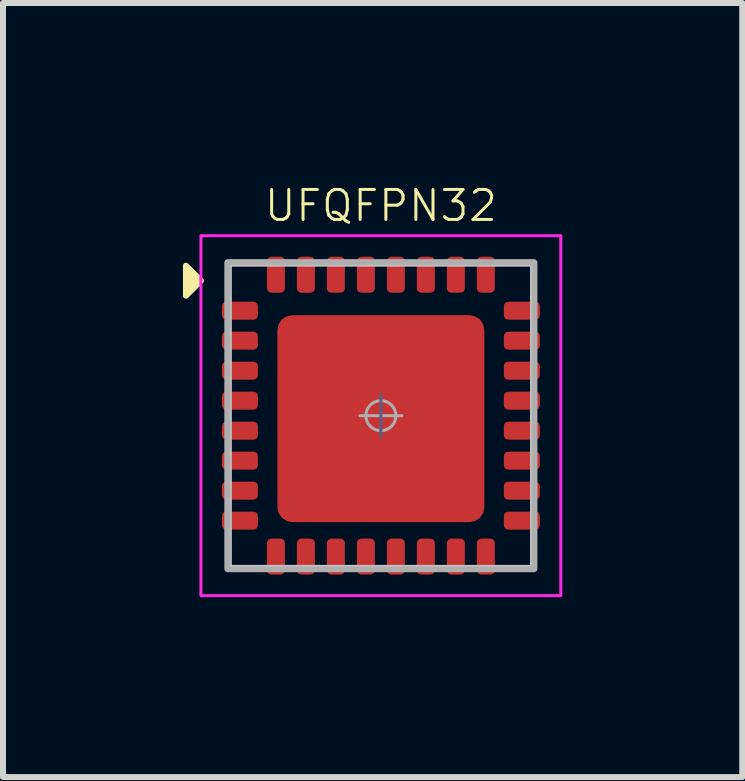
<source format=kicad_pcb>
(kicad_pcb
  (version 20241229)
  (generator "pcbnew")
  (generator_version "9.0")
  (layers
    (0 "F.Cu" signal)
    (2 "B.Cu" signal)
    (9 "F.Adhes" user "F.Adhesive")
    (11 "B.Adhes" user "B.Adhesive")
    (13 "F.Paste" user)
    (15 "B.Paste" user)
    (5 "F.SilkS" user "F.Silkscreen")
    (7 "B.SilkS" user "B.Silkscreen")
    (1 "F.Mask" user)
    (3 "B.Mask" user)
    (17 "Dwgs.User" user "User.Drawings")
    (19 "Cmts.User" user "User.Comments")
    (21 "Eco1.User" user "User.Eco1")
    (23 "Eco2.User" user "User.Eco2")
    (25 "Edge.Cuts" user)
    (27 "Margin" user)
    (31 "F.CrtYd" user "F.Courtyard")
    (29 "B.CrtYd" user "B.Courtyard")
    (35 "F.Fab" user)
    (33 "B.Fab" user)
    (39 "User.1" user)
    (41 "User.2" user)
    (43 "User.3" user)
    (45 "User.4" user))
  (footprint "UFQFPN32"
    (layer "F.Cu")
    (at 3.3 3.88)
    (property "Reference" "UFQFPN32" (at 0 -3.5 0) (unlocked yes) (layer "F.SilkS") (effects (font (size 0.5 0.5) (thickness 0.05))))
    (attr smd)
    (fp_poly (pts (xy -3 -2.25) (xy -3.25 -2) (xy -3.25 -2.5)) (stroke (width 0.1) (type solid)) (fill yes) (layer "F.SilkS"))
    (fp_rect (start -2.5 -2.5) (end 2.5 2.5) (stroke (width 0.025) (type default)) (fill no) (layer "Dwgs.User"))
    (fp_rect (start -3 -3) (end 3 3) (stroke (width 0.05) (type default)) (fill no) (layer "F.CrtYd"))
    (fp_line (start 0 -0.35) (end 0 0.35) (stroke (width 0.05) (type solid)) (layer "B.Fab"))
    (fp_line (start 0.35 0) (end -0.35 0) (stroke (width 0.05) (type solid)) (layer "F.Fab"))
    (fp_rect (start -2.55 -2.55) (end 2.55 2.55) (stroke (width 0.12) (type default)) (fill no) (layer "F.Fab"))
    (fp_circle (center 0 0) (end 0.25 0) (stroke (width 0.05) (type solid)) (fill no) (layer "F.Fab"))
    (pad "1" smd roundrect (at -2.35 -1.75) (size 0.6 0.3) (layers "F.Cu" "F.Mask" "F.Paste") (roundrect_rratio 0.25))
    (pad "2" smd roundrect (at -2.35 -1.25) (size 0.6 0.3) (layers "F.Cu" "F.Mask" "F.Paste") (roundrect_rratio 0.25))
    (pad "3" smd roundrect (at -2.35 -0.75) (size 0.6 0.3) (layers "F.Cu" "F.Mask" "F.Paste") (roundrect_rratio 0.25))
    (pad "4" smd roundrect (at -2.35 -0.25) (size 0.6 0.3) (layers "F.Cu" "F.Mask" "F.Paste") (roundrect_rratio 0.25))
    (pad "5" smd roundrect (at -2.35 0.25) (size 0.6 0.3) (layers "F.Cu" "F.Mask" "F.Paste") (roundrect_rratio 0.25))
    (pad "6" smd roundrect (at -2.35 0.75) (size 0.6 0.3) (layers "F.Cu" "F.Mask" "F.Paste") (roundrect_rratio 0.25))
    (pad "7" smd roundrect (at -2.35 1.25) (size 0.6 0.3) (layers "F.Cu" "F.Mask" "F.Paste") (roundrect_rratio 0.25))
    (pad "8" smd roundrect (at -2.35 1.75) (size 0.6 0.3) (layers "F.Cu" "F.Mask" "F.Paste") (roundrect_rratio 0.25))
    (pad "9" smd roundrect (at -1.75 2.35 270) (size 0.6 0.3) (layers "F.Cu" "F.Mask" "F.Paste") (roundrect_rratio 0.25))
    (pad "10" smd roundrect (at -1.25 2.35 270) (size 0.6 0.3) (layers "F.Cu" "F.Mask" "F.Paste") (roundrect_rratio 0.25))
    (pad "11" smd roundrect (at -0.75 2.35 270) (size 0.6 0.3) (layers "F.Cu" "F.Mask" "F.Paste") (roundrect_rratio 0.25))
    (pad "12" smd roundrect (at -0.25 2.35 270) (size 0.6 0.3) (layers "F.Cu" "F.Mask" "F.Paste") (roundrect_rratio 0.25))
    (pad "13" smd roundrect (at 0.25 2.35 270) (size 0.6 0.3) (layers "F.Cu" "F.Mask" "F.Paste") (roundrect_rratio 0.25))
    (pad "14" smd roundrect (at 0.75 2.35 270) (size 0.6 0.3) (layers "F.Cu" "F.Mask" "F.Paste") (roundrect_rratio 0.25))
    (pad "15" smd roundrect (at 1.25 2.35 270) (size 0.6 0.3) (layers "F.Cu" "F.Mask" "F.Paste") (roundrect_rratio 0.25))
    (pad "16" smd roundrect (at 1.75 2.35 270) (size 0.6 0.3) (layers "F.Cu" "F.Mask" "F.Paste") (roundrect_rratio 0.25))
    (pad "17" smd roundrect (at 2.35 1.75) (size 0.6 0.3) (layers "F.Cu" "F.Mask" "F.Paste") (roundrect_rratio 0.25))
    (pad "18" smd roundrect (at 2.35 1.25) (size 0.6 0.3) (layers "F.Cu" "F.Mask" "F.Paste") (roundrect_rratio 0.25))
    (pad "19" smd roundrect (at 2.35 0.75) (size 0.6 0.3) (layers "F.Cu" "F.Mask" "F.Paste") (roundrect_rratio 0.25))
    (pad "20" smd roundrect (at 2.35 0.25) (size 0.6 0.3) (layers "F.Cu" "F.Mask" "F.Paste") (roundrect_rratio 0.25))
    (pad "21" smd roundrect (at 2.35 -0.25) (size 0.6 0.3) (layers "F.Cu" "F.Mask" "F.Paste") (roundrect_rratio 0.25))
    (pad "22" smd roundrect (at 2.35 -0.75) (size 0.6 0.3) (layers "F.Cu" "F.Mask" "F.Paste") (roundrect_rratio 0.25))
    (pad "23" smd roundrect (at 2.35 -1.25) (size 0.6 0.3) (layers "F.Cu" "F.Mask" "F.Paste") (roundrect_rratio 0.25))
    (pad "24" smd roundrect (at 2.35 -1.75) (size 0.6 0.3) (layers "F.Cu" "F.Mask" "F.Paste") (roundrect_rratio 0.25))
    (pad "25" smd roundrect (at 1.75 -2.35 90) (size 0.6 0.3) (layers "F.Cu" "F.Mask" "F.Paste") (roundrect_rratio 0.25))
    (pad "26" smd roundrect (at 1.25 -2.35 90) (size 0.6 0.3) (layers "F.Cu" "F.Mask" "F.Paste") (roundrect_rratio 0.25))
    (pad "27" smd roundrect (at 0.75 -2.35 90) (size 0.6 0.3) (layers "F.Cu" "F.Mask" "F.Paste") (roundrect_rratio 0.25))
    (pad "28" smd roundrect (at 0.25 -2.35 90) (size 0.6 0.3) (layers "F.Cu" "F.Mask" "F.Paste") (roundrect_rratio 0.25))
    (pad "29" smd roundrect (at -0.25 -2.35 90) (size 0.6 0.3) (layers "F.Cu" "F.Mask" "F.Paste") (roundrect_rratio 0.25))
    (pad "30" smd roundrect (at -0.75 -2.35 90) (size 0.6 0.3) (layers "F.Cu" "F.Mask" "F.Paste") (roundrect_rratio 0.25))
    (pad "31" smd roundrect (at -1.25 -2.35 90) (size 0.6 0.3) (layers "F.Cu" "F.Mask" "F.Paste") (roundrect_rratio 0.25))
    (pad "32" smd roundrect (at -1.75 -2.35 90) (size 0.6 0.3) (layers "F.Cu" "F.Mask" "F.Paste") (roundrect_rratio 0.25))
    (pad "33" smd roundrect (at 0 0.05 180) (size 3.45 3.45) (layers "F.Cu" "F.Mask" "F.Paste") (roundrect_rratio 0.072)))
  (gr_rect
    (start -3 -3)
    (end 9.325 9.905)
    (stroke (width 0.1) (type default))
    (fill no)
    (layer "Edge.Cuts")))
</source>
